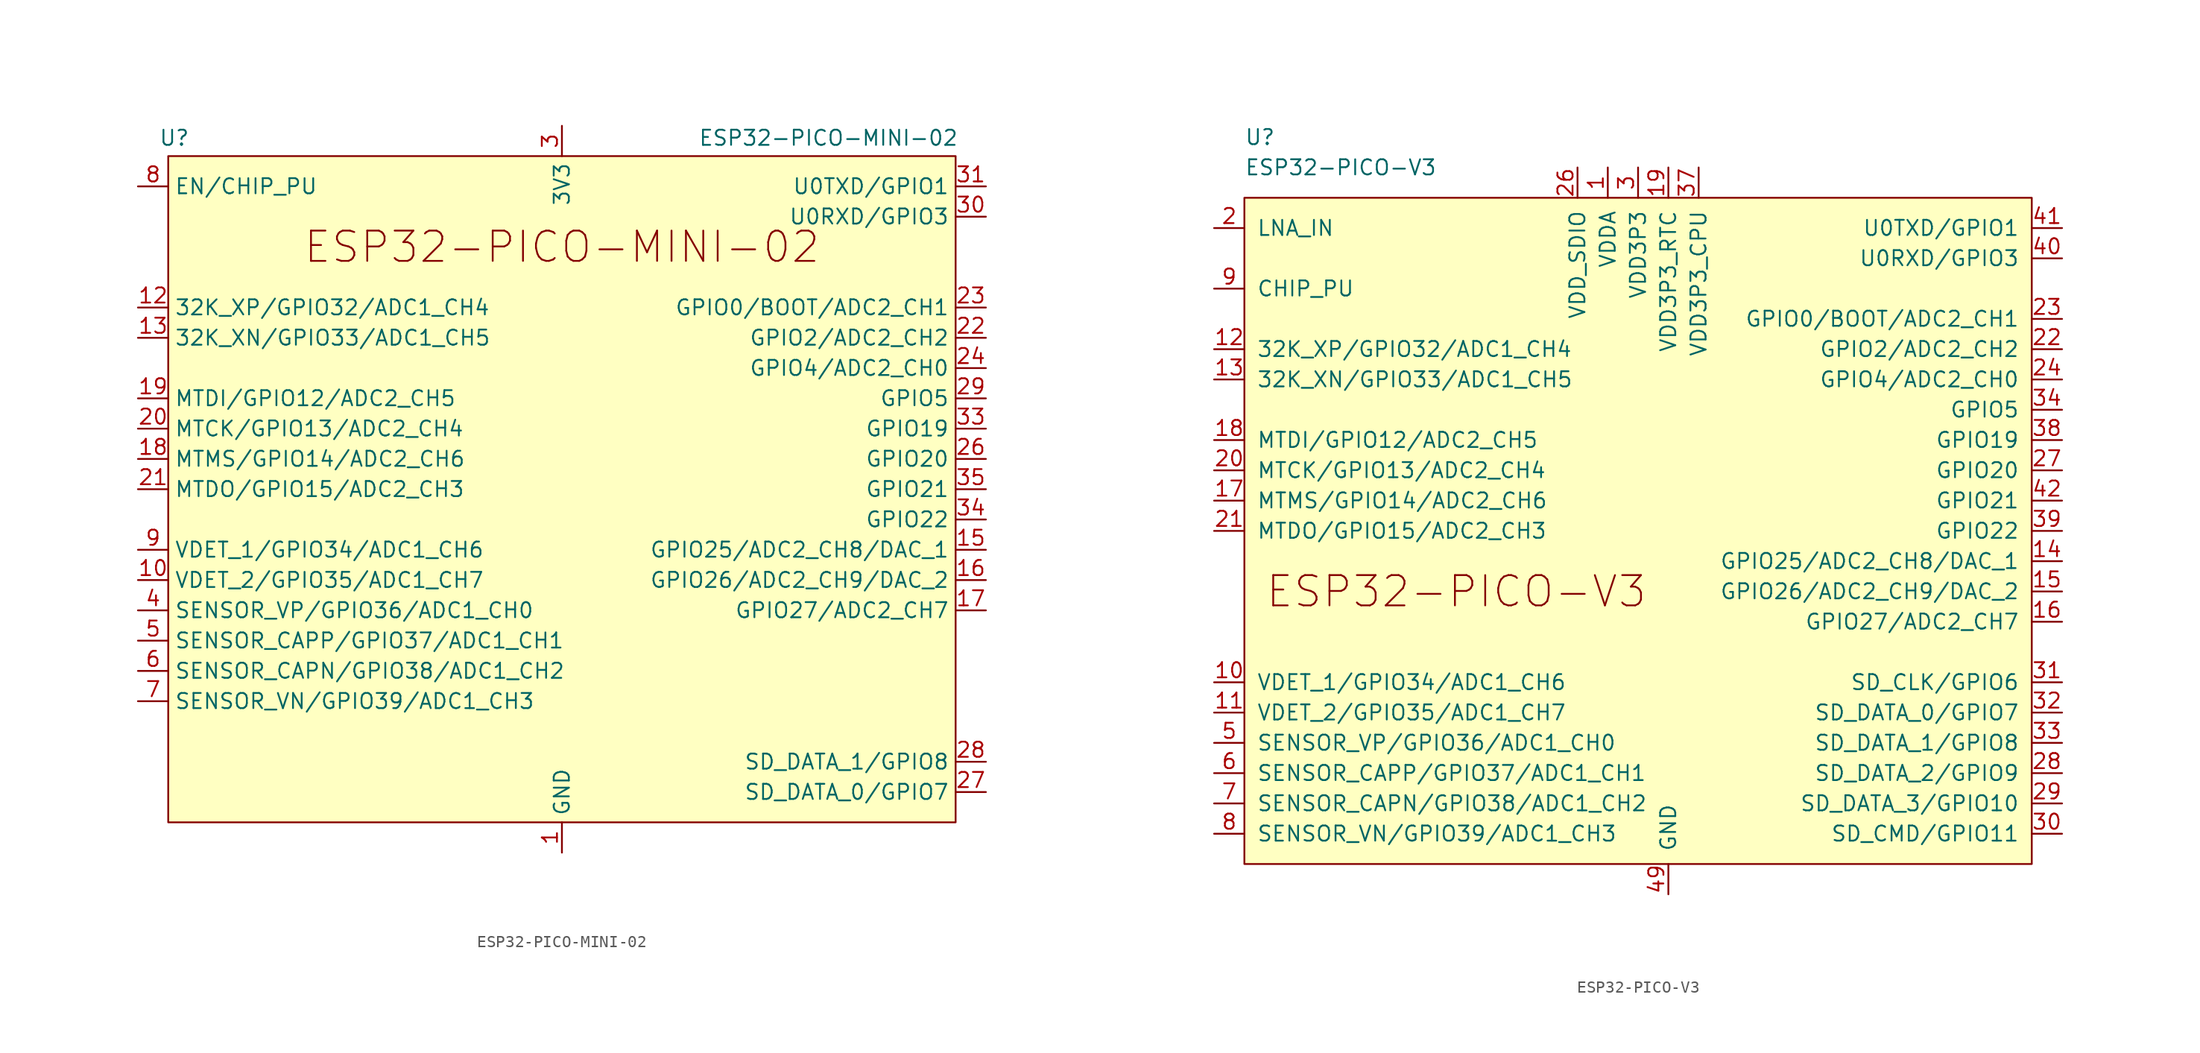
<source format=kicad_sym>
(kicad_symbol_lib
  (version 20241209)
  (generator "kicad_symbol_editor")
  (generator_version "9.0")
  (symbol "ESP32-PICO-MINI-02"
    (property "Reference" "U"
      (at -32.512 29.464 0)
      (effects (font (size 1.27 1.27))))
    (property "Value" "ESP32-PICO-MINI-02"
      (at 22.352 29.464 0)
      (effects (font (size 1.27 1.27))))
    (symbol "ESP32-PICO-MINI-02_0_0"
      (text "ESP32-PICO-MINI-02" (at 0 20.32 0) (effects (font (size 2.54 2.54))))
      (pin power_in line (at 0 -30.48 90) (length 2.54) (name "GND" (effects (font (size 1.27 1.27)))) (number "1" (effects (font (size 1.27 1.27)))))
      (pin passive line (at 0 -30.48 90) (length 2.54) (hide yes) (name "GND" (effects (font (size 1.27 1.27)))) (number "37" (effects (font (size 1.27 1.27)))))
      (pin passive line (at 0 -30.48 90) (length 2.54) (hide yes) (name "GND" (effects (font (size 1.27 1.27)))) (number "38" (effects (font (size 1.27 1.27)))))
      (pin passive line (at 0 -30.48 90) (length 2.54) (hide yes) (name "GND" (effects (font (size 1.27 1.27)))) (number "39" (effects (font (size 1.27 1.27)))))
      (pin passive line (at 0 -30.48 90) (length 2.54) (hide yes) (name "GND" (effects (font (size 1.27 1.27)))) (number "40" (effects (font (size 1.27 1.27)))))
      (pin passive line (at 0 -30.48 90) (length 2.54) (hide yes) (name "GND" (effects (font (size 1.27 1.27)))) (number "41" (effects (font (size 1.27 1.27)))))
      (pin passive line (at 0 -30.48 90) (length 2.54) (hide yes) (name "GND" (effects (font (size 1.27 1.27)))) (number "42" (effects (font (size 1.27 1.27)))))
      (pin passive line (at 0 -30.48 90) (length 2.54) (hide yes) (name "GND" (effects (font (size 1.27 1.27)))) (number "43" (effects (font (size 1.27 1.27)))))
      (pin passive line (at 0 -30.48 90) (length 2.54) (hide yes) (name "GND" (effects (font (size 1.27 1.27)))) (number "44" (effects (font (size 1.27 1.27)))))
      (pin passive line (at 0 -30.48 90) (length 2.54) (hide yes) (name "GND" (effects (font (size 1.27 1.27)))) (number "45" (effects (font (size 1.27 1.27)))))
      (pin passive line (at 0 -30.48 90) (length 2.54) (hide yes) (name "GND" (effects (font (size 1.27 1.27)))) (number "46" (effects (font (size 1.27 1.27)))))
      (pin passive line (at 0 -30.48 90) (length 2.54) (hide yes) (name "GND" (effects (font (size 1.27 1.27)))) (number "47" (effects (font (size 1.27 1.27)))))
      (pin passive line (at 0 -30.48 90) (length 2.54) (hide yes) (name "GND" (effects (font (size 1.27 1.27)))) (number "48" (effects (font (size 1.27 1.27)))))
      (pin passive line (at 0 -30.48 90) (length 2.54) (hide yes) (name "GND" (effects (font (size 1.27 1.27)))) (number "49" (effects (font (size 1.27 1.27)))))
      (pin passive line (at 0 -30.48 90) (length 2.54) (hide yes) (name "GND" (effects (font (size 1.27 1.27)))) (number "50" (effects (font (size 1.27 1.27)))))
      (pin passive line (at 0 -30.48 90) (length 2.54) (hide yes) (name "GND" (effects (font (size 1.27 1.27)))) (number "51" (effects (font (size 1.27 1.27)))))
      (pin passive line (at 0 -30.48 90) (length 2.54) (hide yes) (name "GND" (effects (font (size 1.27 1.27)))) (number "52" (effects (font (size 1.27 1.27)))))
      (pin passive line (at 0 -30.48 90) (length 2.54) (hide yes) (name "GND" (effects (font (size 1.27 1.27)))) (number "53" (effects (font (size 1.27 1.27))))))
    (symbol "ESP32-PICO-MINI-02_0_1"
      (rectangle (start -33.02 27.94) (end 33.02 -27.94) (stroke (width 0) (type default)) (fill (type background))))
    (symbol "ESP32-PICO-MINI-02_1_1"
      (pin input line (at -35.56 25.4 0) (length 2.54) (name "EN/CHIP_PU" (effects (font (size 1.27 1.27)))) (number "8" (effects (font (size 1.27 1.27)))))
      (pin bidirectional line (at -35.56 15.24 0) (length 2.54) (name "32K_XP/GPIO32/ADC1_CH4" (effects (font (size 1.27 1.27)))) (number "12" (effects (font (size 1.27 1.27)))))
      (pin bidirectional line (at -35.56 12.7 0) (length 2.54) (name "32K_XN/GPIO33/ADC1_CH5" (effects (font (size 1.27 1.27)))) (number "13" (effects (font (size 1.27 1.27)))))
      (pin bidirectional line (at -35.56 7.62 0) (length 2.54) (name "MTDI/GPIO12/ADC2_CH5" (effects (font (size 1.27 1.27)))) (number "19" (effects (font (size 1.27 1.27)))))
      (pin bidirectional line (at -35.56 5.08 0) (length 2.54) (name "MTCK/GPIO13/ADC2_CH4" (effects (font (size 1.27 1.27)))) (number "20" (effects (font (size 1.27 1.27)))))
      (pin bidirectional line (at -35.56 2.54 0) (length 2.54) (name "MTMS/GPIO14/ADC2_CH6" (effects (font (size 1.27 1.27)))) (number "18" (effects (font (size 1.27 1.27)))))
      (pin bidirectional line (at -35.56 0 0) (length 2.54) (name "MTDO/GPIO15/ADC2_CH3" (effects (font (size 1.27 1.27)))) (number "21" (effects (font (size 1.27 1.27)))))
      (pin input line (at -35.56 -5.08 0) (length 2.54) (name "VDET_1/GPIO34/ADC1_CH6" (effects (font (size 1.27 1.27)))) (number "9" (effects (font (size 1.27 1.27)))))
      (pin input line (at -35.56 -7.62 0) (length 2.54) (name "VDET_2/GPIO35/ADC1_CH7" (effects (font (size 1.27 1.27)))) (number "10" (effects (font (size 1.27 1.27)))))
      (pin input line (at -35.56 -10.16 0) (length 2.54) (name "SENSOR_VP/GPIO36/ADC1_CH0" (effects (font (size 1.27 1.27)))) (number "4" (effects (font (size 1.27 1.27)))))
      (pin input line (at -35.56 -12.7 0) (length 2.54) (name "SENSOR_CAPP/GPIO37/ADC1_CH1" (effects (font (size 1.27 1.27)))) (number "5" (effects (font (size 1.27 1.27)))))
      (pin input line (at -35.56 -15.24 0) (length 2.54) (name "SENSOR_CAPN/GPIO38/ADC1_CH2" (effects (font (size 1.27 1.27)))) (number "6" (effects (font (size 1.27 1.27)))))
      (pin input line (at -35.56 -17.78 0) (length 2.54) (name "SENSOR_VN/GPIO39/ADC1_CH3" (effects (font (size 1.27 1.27)))) (number "7" (effects (font (size 1.27 1.27)))))
      (pin no_connect line (at -33.02 -22.86 0) (length 2.54) (hide yes) (name "NC" (effects (font (size 1.27 1.27)))) (number "25" (effects (font (size 1.27 1.27)))))
      (pin no_connect line (at -33.02 -25.4 0) (length 2.54) (hide yes) (name "NC" (effects (font (size 1.27 1.27)))) (number "32" (effects (font (size 1.27 1.27)))))
      (pin power_in line (at 0 30.48 270) (length 2.54) (name "3V3" (effects (font (size 1.27 1.27)))) (number "3" (effects (font (size 1.27 1.27)))))
      (pin passive line (at 0 -30.48 90) (length 2.54) (hide yes) (name "GND" (effects (font (size 1.27 1.27)))) (number "11" (effects (font (size 1.27 1.27)))))
      (pin passive line (at 0 -30.48 90) (length 2.54) (hide yes) (name "GND" (effects (font (size 1.27 1.27)))) (number "14" (effects (font (size 1.27 1.27)))))
      (pin passive line (at 0 -30.48 90) (length 2.54) (hide yes) (name "GND" (effects (font (size 1.27 1.27)))) (number "2" (effects (font (size 1.27 1.27)))))
      (pin passive line (at 0 -30.48 90) (length 2.54) (hide yes) (name "GND" (effects (font (size 1.27 1.27)))) (number "36" (effects (font (size 1.27 1.27)))))
      (pin bidirectional line (at 35.56 25.4 180) (length 2.54) (name "U0TXD/GPIO1" (effects (font (size 1.27 1.27)))) (number "31" (effects (font (size 1.27 1.27)))))
      (pin bidirectional line (at 35.56 22.86 180) (length 2.54) (name "U0RXD/GPIO3" (effects (font (size 1.27 1.27)))) (number "30" (effects (font (size 1.27 1.27)))))
      (pin bidirectional line (at 35.56 15.24 180) (length 2.54) (name "GPIO0/BOOT/ADC2_CH1" (effects (font (size 1.27 1.27)))) (number "23" (effects (font (size 1.27 1.27)))))
      (pin bidirectional line (at 35.56 12.7 180) (length 2.54) (name "GPIO2/ADC2_CH2" (effects (font (size 1.27 1.27)))) (number "22" (effects (font (size 1.27 1.27)))))
      (pin bidirectional line (at 35.56 10.16 180) (length 2.54) (name "GPIO4/ADC2_CH0" (effects (font (size 1.27 1.27)))) (number "24" (effects (font (size 1.27 1.27)))))
      (pin bidirectional line (at 35.56 7.62 180) (length 2.54) (name "GPIO5" (effects (font (size 1.27 1.27)))) (number "29" (effects (font (size 1.27 1.27)))))
      (pin bidirectional line (at 35.56 5.08 180) (length 2.54) (name "GPIO19" (effects (font (size 1.27 1.27)))) (number "33" (effects (font (size 1.27 1.27)))))
      (pin bidirectional line (at 35.56 2.54 180) (length 2.54) (name "GPIO20" (effects (font (size 1.27 1.27)))) (number "26" (effects (font (size 1.27 1.27)))))
      (pin bidirectional line (at 35.56 0 180) (length 2.54) (name "GPIO21" (effects (font (size 1.27 1.27)))) (number "35" (effects (font (size 1.27 1.27)))))
      (pin bidirectional line (at 35.56 -2.54 180) (length 2.54) (name "GPIO22" (effects (font (size 1.27 1.27)))) (number "34" (effects (font (size 1.27 1.27)))))
      (pin bidirectional line (at 35.56 -5.08 180) (length 2.54) (name "GPIO25/ADC2_CH8/DAC_1" (effects (font (size 1.27 1.27)))) (number "15" (effects (font (size 1.27 1.27)))))
      (pin bidirectional line (at 35.56 -7.62 180) (length 2.54) (name "GPIO26/ADC2_CH9/DAC_2" (effects (font (size 1.27 1.27)))) (number "16" (effects (font (size 1.27 1.27)))))
      (pin bidirectional line (at 35.56 -10.16 180) (length 2.54) (name "GPIO27/ADC2_CH7" (effects (font (size 1.27 1.27)))) (number "17" (effects (font (size 1.27 1.27)))))
      (pin bidirectional line (at 35.56 -22.86 180) (length 2.54) (name "SD_DATA_1/GPIO8" (effects (font (size 1.27 1.27)))) (number "28" (effects (font (size 1.27 1.27)))))
      (pin bidirectional line (at 35.56 -25.4 180) (length 2.54) (name "SD_DATA_0/GPIO7" (effects (font (size 1.27 1.27)))) (number "27" (effects (font (size 1.27 1.27)))))))
  (symbol "ESP32-PICO-V3"
    (pin_names
      (offset 1.016))
    (property "Reference" "U"
      (at -33.02 33.02 0)
      (effects (font (size 1.27 1.27)) (justify left)))
    (property "Value" "ESP32-PICO-V3"
      (at -33.02 30.48 0)
      (effects (font (size 1.27 1.27)) (justify left)))
    (symbol "ESP32-PICO-V3_0_0"
      (text "ESP32-PICO-V3" (at -15.24 -5.08 0) (effects (font (size 2.54 2.54)))))
    (symbol "ESP32-PICO-V3_0_1"
      (rectangle (start -33.02 27.94) (end 33.02 -27.94) (stroke (width 0) (type default)) (fill (type background))))
    (symbol "ESP32-PICO-V3_1_1"
      (pin bidirectional line (at -35.56 25.4 0) (length 2.54) (name "LNA_IN" (effects (font (size 1.27 1.27)))) (number "2" (effects (font (size 1.27 1.27)))))
      (pin input line (at -35.56 20.32 0) (length 2.54) (name "CHIP_PU" (effects (font (size 1.27 1.27)))) (number "9" (effects (font (size 1.27 1.27)))))
      (pin bidirectional line (at -35.56 15.24 0) (length 2.54) (name "32K_XP/GPIO32/ADC1_CH4" (effects (font (size 1.27 1.27)))) (number "12" (effects (font (size 1.27 1.27)))))
      (pin bidirectional line (at -35.56 12.7 0) (length 2.54) (name "32K_XN/GPIO33/ADC1_CH5" (effects (font (size 1.27 1.27)))) (number "13" (effects (font (size 1.27 1.27)))))
      (pin bidirectional line (at -35.56 7.62 0) (length 2.54) (name "MTDI/GPIO12/ADC2_CH5" (effects (font (size 1.27 1.27)))) (number "18" (effects (font (size 1.27 1.27)))))
      (pin bidirectional line (at -35.56 5.08 0) (length 2.54) (name "MTCK/GPIO13/ADC2_CH4" (effects (font (size 1.27 1.27)))) (number "20" (effects (font (size 1.27 1.27)))))
      (pin bidirectional line (at -35.56 2.54 0) (length 2.54) (name "MTMS/GPIO14/ADC2_CH6" (effects (font (size 1.27 1.27)))) (number "17" (effects (font (size 1.27 1.27)))))
      (pin bidirectional line (at -35.56 0 0) (length 2.54) (name "MTDO/GPIO15/ADC2_CH3" (effects (font (size 1.27 1.27)))) (number "21" (effects (font (size 1.27 1.27)))))
      (pin input line (at -35.56 -12.7 0) (length 2.54) (name "VDET_1/GPIO34/ADC1_CH6" (effects (font (size 1.27 1.27)))) (number "10" (effects (font (size 1.27 1.27)))))
      (pin input line (at -35.56 -15.24 0) (length 2.54) (name "VDET_2/GPIO35/ADC1_CH7" (effects (font (size 1.27 1.27)))) (number "11" (effects (font (size 1.27 1.27)))))
      (pin input line (at -35.56 -17.78 0) (length 2.54) (name "SENSOR_VP/GPIO36/ADC1_CH0" (effects (font (size 1.27 1.27)))) (number "5" (effects (font (size 1.27 1.27)))))
      (pin input line (at -35.56 -20.32 0) (length 2.54) (name "SENSOR_CAPP/GPIO37/ADC1_CH1" (effects (font (size 1.27 1.27)))) (number "6" (effects (font (size 1.27 1.27)))))
      (pin input line (at -35.56 -22.86 0) (length 2.54) (name "SENSOR_CAPN/GPIO38/ADC1_CH2" (effects (font (size 1.27 1.27)))) (number "7" (effects (font (size 1.27 1.27)))))
      (pin input line (at -35.56 -25.4 0) (length 2.54) (name "SENSOR_VN/GPIO39/ADC1_CH3" (effects (font (size 1.27 1.27)))) (number "8" (effects (font (size 1.27 1.27)))))
      (pin power_out line (at -5.08 30.48 270) (length 2.54) (name "VDD_SDIO" (effects (font (size 1.27 1.27)))) (number "26" (effects (font (size 1.27 1.27)))))
      (pin power_in line (at -2.54 30.48 270) (length 2.54) (name "VDDA" (effects (font (size 1.27 1.27)))) (number "1" (effects (font (size 1.27 1.27)))))
      (pin passive line (at -2.54 30.48 270) (length 2.54) (hide yes) (name "VDDA" (effects (font (size 1.27 1.27)))) (number "43" (effects (font (size 1.27 1.27)))))
      (pin passive line (at -2.54 30.48 270) (length 2.54) (hide yes) (name "VDDA" (effects (font (size 1.27 1.27)))) (number "46" (effects (font (size 1.27 1.27)))))
      (pin power_in line (at 0 30.48 270) (length 2.54) (name "VDD3P3" (effects (font (size 1.27 1.27)))) (number "3" (effects (font (size 1.27 1.27)))))
      (pin passive line (at 0 30.48 270) (length 2.54) (hide yes) (name "VDD3P3" (effects (font (size 1.27 1.27)))) (number "4" (effects (font (size 1.27 1.27)))))
      (pin power_in line (at 2.54 30.48 270) (length 2.54) (name "VDD3P3_RTC" (effects (font (size 1.27 1.27)))) (number "19" (effects (font (size 1.27 1.27)))))
      (pin power_in line (at 2.54 -30.48 90) (length 2.54) (name "GND" (effects (font (size 1.27 1.27)))) (number "49" (effects (font (size 1.27 1.27)))))
      (pin power_in line (at 5.08 30.48 270) (length 2.54) (name "VDD3P3_CPU" (effects (font (size 1.27 1.27)))) (number "37" (effects (font (size 1.27 1.27)))))
      (pin bidirectional line (at 35.56 25.4 180) (length 2.54) (name "U0TXD/GPIO1" (effects (font (size 1.27 1.27)))) (number "41" (effects (font (size 1.27 1.27)))))
      (pin bidirectional line (at 35.56 22.86 180) (length 2.54) (name "U0RXD/GPIO3" (effects (font (size 1.27 1.27)))) (number "40" (effects (font (size 1.27 1.27)))))
      (pin bidirectional line (at 35.56 17.78 180) (length 2.54) (name "GPIO0/BOOT/ADC2_CH1" (effects (font (size 1.27 1.27)))) (number "23" (effects (font (size 1.27 1.27)))))
      (pin bidirectional line (at 35.56 15.24 180) (length 2.54) (name "GPIO2/ADC2_CH2" (effects (font (size 1.27 1.27)))) (number "22" (effects (font (size 1.27 1.27)))))
      (pin bidirectional line (at 35.56 12.7 180) (length 2.54) (name "GPIO4/ADC2_CH0" (effects (font (size 1.27 1.27)))) (number "24" (effects (font (size 1.27 1.27)))))
      (pin bidirectional line (at 35.56 10.16 180) (length 2.54) (name "GPIO5" (effects (font (size 1.27 1.27)))) (number "34" (effects (font (size 1.27 1.27)))))
      (pin bidirectional line (at 35.56 7.62 180) (length 2.54) (name "GPIO19" (effects (font (size 1.27 1.27)))) (number "38" (effects (font (size 1.27 1.27)))))
      (pin bidirectional line (at 35.56 5.08 180) (length 2.54) (name "GPIO20" (effects (font (size 1.27 1.27)))) (number "27" (effects (font (size 1.27 1.27)))))
      (pin bidirectional line (at 35.56 2.54 180) (length 2.54) (name "GPIO21" (effects (font (size 1.27 1.27)))) (number "42" (effects (font (size 1.27 1.27)))))
      (pin bidirectional line (at 35.56 0 180) (length 2.54) (name "GPIO22" (effects (font (size 1.27 1.27)))) (number "39" (effects (font (size 1.27 1.27)))))
      (pin bidirectional line (at 35.56 -2.54 180) (length 2.54) (name "GPIO25/ADC2_CH8/DAC_1" (effects (font (size 1.27 1.27)))) (number "14" (effects (font (size 1.27 1.27)))))
      (pin bidirectional line (at 35.56 -5.08 180) (length 2.54) (name "GPIO26/ADC2_CH9/DAC_2" (effects (font (size 1.27 1.27)))) (number "15" (effects (font (size 1.27 1.27)))))
      (pin bidirectional line (at 35.56 -7.62 180) (length 2.54) (name "GPIO27/ADC2_CH7" (effects (font (size 1.27 1.27)))) (number "16" (effects (font (size 1.27 1.27)))))
      (pin bidirectional line (at 35.56 -12.7 180) (length 2.54) (name "SD_CLK/GPIO6" (effects (font (size 1.27 1.27)))) (number "31" (effects (font (size 1.27 1.27)))))
      (pin bidirectional line (at 35.56 -15.24 180) (length 2.54) (name "SD_DATA_0/GPIO7" (effects (font (size 1.27 1.27)))) (number "32" (effects (font (size 1.27 1.27)))))
      (pin bidirectional line (at 35.56 -17.78 180) (length 2.54) (name "SD_DATA_1/GPIO8" (effects (font (size 1.27 1.27)))) (number "33" (effects (font (size 1.27 1.27)))))
      (pin bidirectional line (at 35.56 -20.32 180) (length 2.54) (name "SD_DATA_2/GPIO9" (effects (font (size 1.27 1.27)))) (number "28" (effects (font (size 1.27 1.27)))))
      (pin bidirectional line (at 35.56 -22.86 180) (length 2.54) (name "SD_DATA_3/GPIO10" (effects (font (size 1.27 1.27)))) (number "29" (effects (font (size 1.27 1.27)))))
      (pin bidirectional line (at 35.56 -25.4 180) (length 2.54) (name "SD_CMD/GPIO11" (effects (font (size 1.27 1.27)))) (number "30" (effects (font (size 1.27 1.27))))))))
</source>
